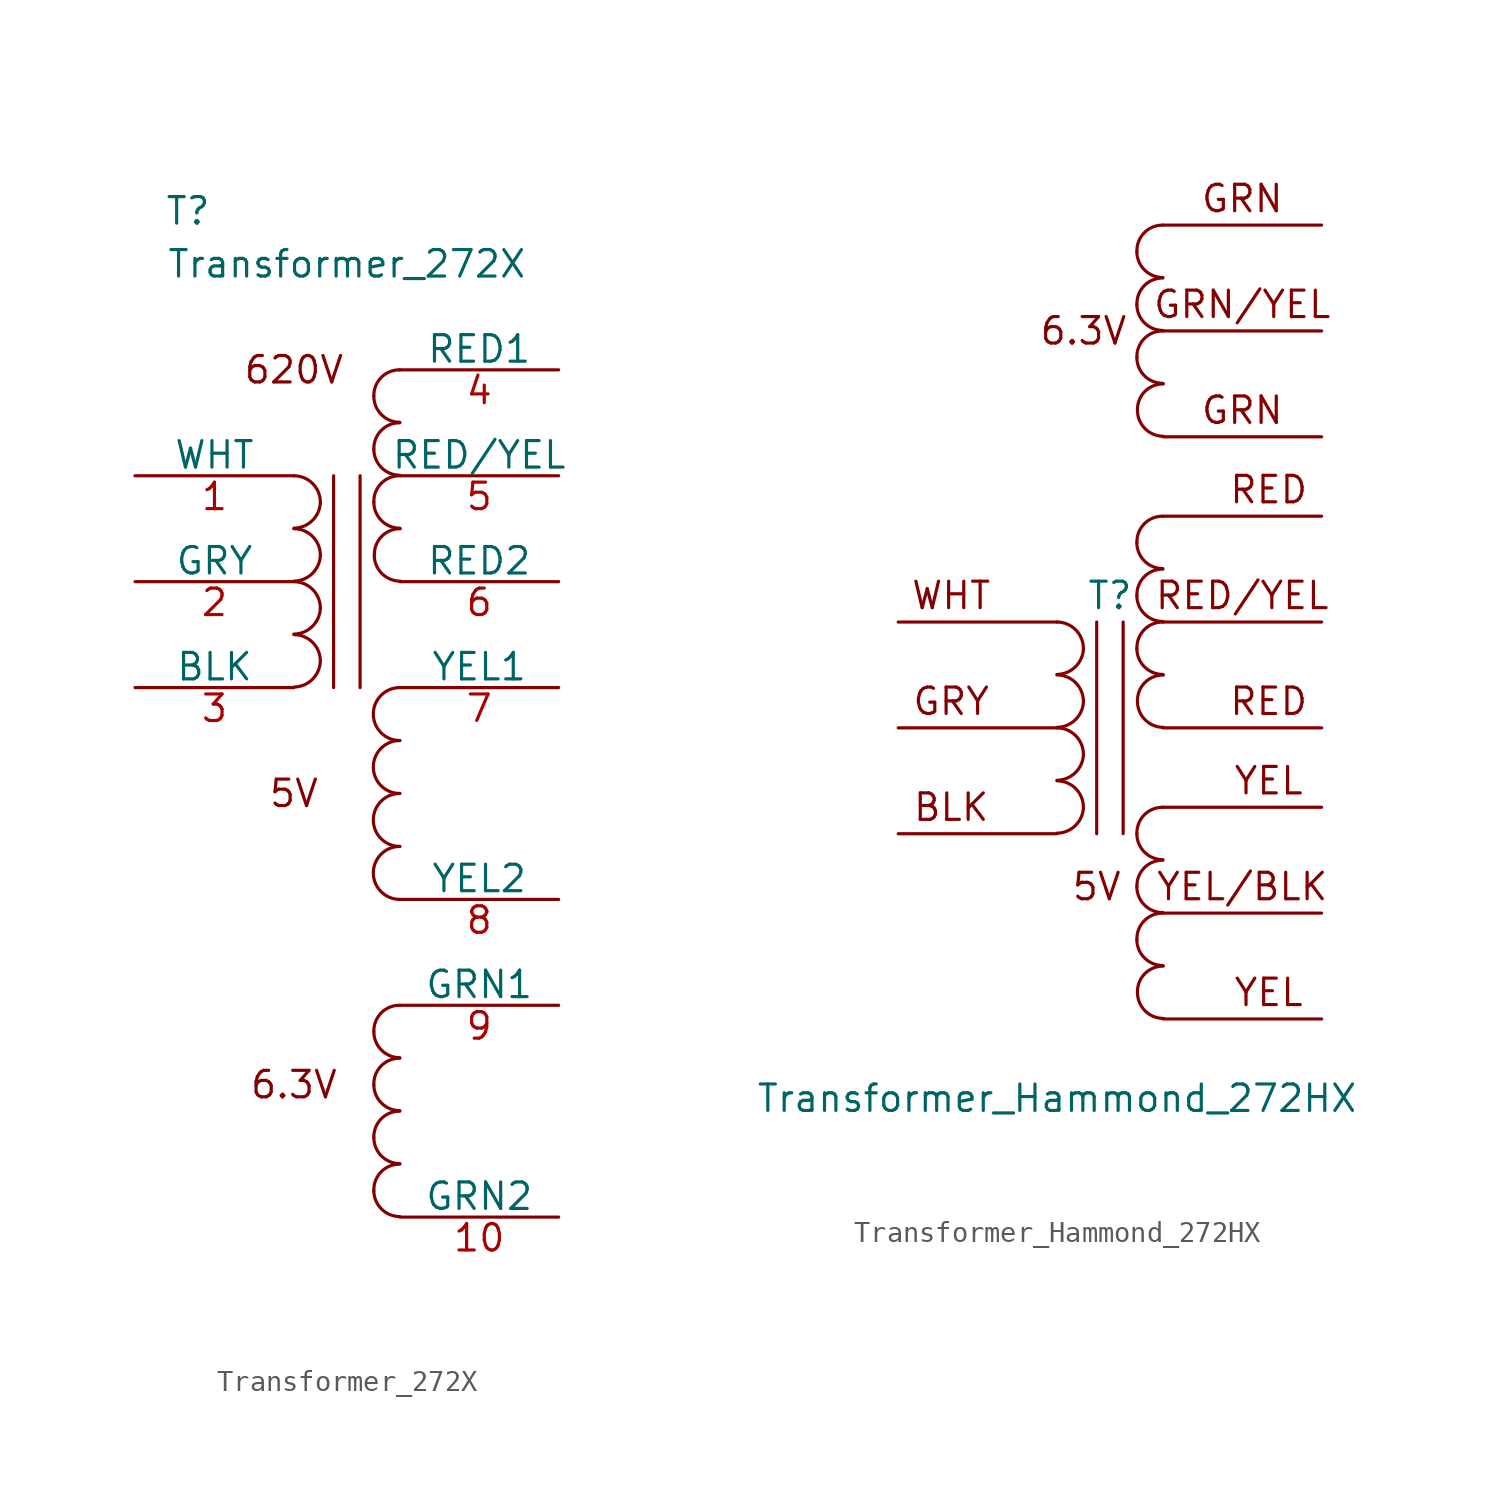
<source format=kicad_sym>
(kicad_symbol_lib
  (version 20220914)
  (generator kicad_symbol_editor)
  (symbol "Transformer_272X"
    (pin_names
      (offset 0))
    (property "Reference" "T"
      (at -7.62 12.7 0)
      (effects (font (size 1.27 1.27))))
    (property "Value" "Transformer_272X"
      (at 0 10.16 0)
      (effects (font (size 1.27 1.27))))
    (symbol "Transformer_272X_0_0"
      (text "5V" (at -2.54 -15.24 0) (effects (font (size 1.27 1.27))))
      (text "6.3V" (at -2.54 -29.21 0) (effects (font (size 1.27 1.27))))
      (text "620V" (at -2.54 5.08 0) (effects (font (size 1.27 1.27)))))
    (symbol "Transformer_272X_0_1"
      (arc (start -2.54 -10.1346) (mid -1.6599 -9.7701) (end -1.27 -8.89) (stroke (width 0) (type solid)) (fill (type none)))
      (arc (start -2.54 -7.5946) (mid -1.6599 -7.2301) (end -1.27 -6.35) (stroke (width 0) (type solid)) (fill (type none)))
      (arc (start -2.54 -5.0546) (mid -1.6599 -4.6901) (end -1.27 -3.81) (stroke (width 0) (type solid)) (fill (type none)))
      (arc (start -2.54 -2.5146) (mid -1.6599 -2.1501) (end -1.27 -1.27) (stroke (width 0) (type solid)) (fill (type none)))
      (arc (start -1.27 -8.89) (mid -1.642 -7.992) (end -2.54 -7.62) (stroke (width 0) (type solid)) (fill (type none)))
      (arc (start -1.27 -6.35) (mid -1.642 -5.452) (end -2.54 -5.08) (stroke (width 0) (type solid)) (fill (type none)))
      (arc (start -1.27 -3.81) (mid -1.642 -2.912) (end -2.54 -2.54) (stroke (width 0) (type solid)) (fill (type none)))
      (arc (start -1.27 -1.27) (mid -1.642 -0.372) (end -2.54 0) (stroke (width 0) (type solid)) (fill (type none)))
      (polyline (pts (xy -0.635 0) (xy -0.635 -10.16)) (stroke (width 0) (type solid)) (fill (type none)))
      (polyline (pts (xy 0.635 -10.16) (xy 0.635 0)) (stroke (width 0) (type solid)) (fill (type none)))
      (arc (start 1.2954 -34.29) (mid 1.6599 -35.1701) (end 2.54 -35.5346) (stroke (width 0) (type solid)) (fill (type none)))
      (arc (start 1.2954 -31.75) (mid 1.6599 -32.6301) (end 2.54 -32.9946) (stroke (width 0) (type solid)) (fill (type none)))
      (arc (start 1.2954 -29.21) (mid 1.6599 -30.0901) (end 2.54 -30.4546) (stroke (width 0) (type solid)) (fill (type none)))
      (arc (start 1.2954 -26.67) (mid 1.6599 -27.5501) (end 2.54 -27.9146) (stroke (width 0) (type solid)) (fill (type none)))
      (arc (start 1.2954 -1.27) (mid 1.6599 -2.1501) (end 2.54 -2.5146) (stroke (width 0) (type solid)) (fill (type none)))
      (arc (start 1.2954 1.27) (mid 1.6599 0.3899) (end 2.54 0.0254) (stroke (width 0) (type solid)) (fill (type none)))
      (arc (start 1.2954 3.81) (mid 1.6599 2.9299) (end 2.54 2.5654) (stroke (width 0) (type solid)) (fill (type none)))
      (arc (start 1.3208 -3.81) (mid 1.6853 -4.6901) (end 2.5654 -5.0546) (stroke (width 0) (type solid)) (fill (type none)))
      (arc (start 2.54 -33.02) (mid 1.642 -33.392) (end 1.2954 -34.29) (stroke (width 0) (type solid)) (fill (type none)))
      (arc (start 2.54 -30.48) (mid 1.642 -30.852) (end 1.2954 -31.75) (stroke (width 0) (type solid)) (fill (type none)))
      (arc (start 2.54 -27.94) (mid 1.642 -28.312) (end 1.2954 -29.21) (stroke (width 0) (type solid)) (fill (type none)))
      (arc (start 2.54 -25.4) (mid 1.642 -25.772) (end 1.2954 -26.67) (stroke (width 0) (type solid)) (fill (type none)))
      (arc (start 2.54 -17.78) (mid 1.2755 -19.05) (end 2.54 -20.32) (stroke (width 0) (type solid)) (fill (type none)))
      (arc (start 2.54 -15.24) (mid 1.2755 -16.51) (end 2.54 -17.78) (stroke (width 0) (type solid)) (fill (type none)))
      (arc (start 2.54 -12.7) (mid 1.2755 -13.97) (end 2.54 -15.24) (stroke (width 0) (type solid)) (fill (type none)))
      (arc (start 2.54 -10.16) (mid 1.2755 -11.43) (end 2.54 -12.7) (stroke (width 0) (type solid)) (fill (type none)))
      (arc (start 2.54 0) (mid 1.642 -0.372) (end 1.2954 -1.27) (stroke (width 0) (type solid)) (fill (type none)))
      (arc (start 2.54 2.54) (mid 1.642 2.168) (end 1.2954 1.27) (stroke (width 0) (type solid)) (fill (type none)))
      (arc (start 2.54 5.08) (mid 1.642 4.708) (end 1.2954 3.81) (stroke (width 0) (type solid)) (fill (type none)))
      (arc (start 2.5654 -2.54) (mid 1.6674 -2.912) (end 1.3208 -3.81) (stroke (width 0) (type solid)) (fill (type none))))
    (symbol "Transformer_272X_1_1"
      (pin passive line (at -10.16 0 0) (length 7.62) (name "WHT" (effects (font (size 1.27 1.27)))) (number "1" (effects (font (size 1.27 1.27)))))
      (pin passive line (at 10.16 -35.56 180) (length 7.62) (name "GRN2" (effects (font (size 1.27 1.27)))) (number "10" (effects (font (size 1.27 1.27)))))
      (pin passive line (at -10.16 -5.08 0) (length 7.62) (name "GRY" (effects (font (size 1.27 1.27)))) (number "2" (effects (font (size 1.27 1.27)))))
      (pin passive line (at -10.16 -10.16 0) (length 7.62) (name "BLK" (effects (font (size 1.27 1.27)))) (number "3" (effects (font (size 1.27 1.27)))))
      (pin passive line (at 10.16 5.08 180) (length 7.62) (name "RED1" (effects (font (size 1.27 1.27)))) (number "4" (effects (font (size 1.27 1.27)))))
      (pin passive line (at 10.16 0 180) (length 7.62) (name "RED/YEL" (effects (font (size 1.27 1.27)))) (number "5" (effects (font (size 1.27 1.27)))))
      (pin passive line (at 10.16 -5.08 180) (length 7.62) (name "RED2" (effects (font (size 1.27 1.27)))) (number "6" (effects (font (size 1.27 1.27)))))
      (pin passive line (at 10.16 -10.16 180) (length 7.62) (name "YEL1" (effects (font (size 1.27 1.27)))) (number "7" (effects (font (size 1.27 1.27)))))
      (pin passive line (at 10.16 -20.32 180) (length 7.62) (name "YEL2" (effects (font (size 1.27 1.27)))) (number "8" (effects (font (size 1.27 1.27)))))
      (pin passive line (at 10.16 -25.4 180) (length 7.62) (name "GRN1" (effects (font (size 1.27 1.27)))) (number "9" (effects (font (size 1.27 1.27)))))))
  (symbol "Transformer_Hammond_272HX"
    (pin_numbers hide)
    (pin_names
      (offset 0) hide)
    (property "Reference" "T"
      (at 0 1.27 0)
      (effects (font (size 1.27 1.27))))
    (property "Value" "Transformer_Hammond_272HX"
      (at -2.54 -22.86 0)
      (effects (font (size 1.27 1.27))))
    (symbol "Transformer_Hammond_272HX_0_0"
      (text "5V" (at -0.635 -12.7 0) (effects (font (size 1.27 1.27))))
      (text "6.3V" (at -1.27 13.97 0) (effects (font (size 1.27 1.27))))
      (text "BLK" (at -7.62 -8.89 0) (effects (font (size 1.27 1.27))))
      (text "GRN" (at 6.35 10.16 0) (effects (font (size 1.27 1.27))))
      (text "GRN" (at 6.35 20.32 0) (effects (font (size 1.27 1.27))))
      (text "GRN/YEL" (at 6.35 15.24 0) (effects (font (size 1.27 1.27))))
      (text "GRY" (at -7.62 -3.81 0) (effects (font (size 1.27 1.27))))
      (text "RED" (at 7.62 -3.81 0) (effects (font (size 1.27 1.27))))
      (text "RED" (at 7.62 6.35 0) (effects (font (size 1.27 1.27))))
      (text "RED/YEL" (at 6.35 1.27 0) (effects (font (size 1.27 1.27))))
      (text "WHT" (at -7.62 1.27 0) (effects (font (size 1.27 1.27))))
      (text "YEL" (at 7.62 -17.78 0) (effects (font (size 1.27 1.27))))
      (text "YEL" (at 7.62 -7.62 0) (effects (font (size 1.27 1.27))))
      (text "YEL/BLK" (at 6.35 -12.7 0) (effects (font (size 1.27 1.27)))))
    (symbol "Transformer_Hammond_272HX_0_1"
      (arc (start -2.54 -10.1346) (mid -1.6599 -9.7701) (end -1.27 -8.89) (stroke (width 0) (type solid)) (fill (type none)))
      (arc (start -2.54 -7.5946) (mid -1.6599 -7.2301) (end -1.27 -6.35) (stroke (width 0) (type solid)) (fill (type none)))
      (arc (start -2.54 -5.0546) (mid -1.6599 -4.6901) (end -1.27 -3.81) (stroke (width 0) (type solid)) (fill (type none)))
      (arc (start -2.54 -2.5146) (mid -1.6599 -2.1501) (end -1.27 -1.27) (stroke (width 0) (type solid)) (fill (type none)))
      (arc (start -1.27 -8.89) (mid -1.642 -7.992) (end -2.54 -7.62) (stroke (width 0) (type solid)) (fill (type none)))
      (arc (start -1.27 -6.35) (mid -1.642 -5.452) (end -2.54 -5.08) (stroke (width 0) (type solid)) (fill (type none)))
      (arc (start -1.27 -3.81) (mid -1.642 -2.912) (end -2.54 -2.54) (stroke (width 0) (type solid)) (fill (type none)))
      (arc (start -1.27 -1.27) (mid -1.642 -0.372) (end -2.54 0) (stroke (width 0) (type solid)) (fill (type none)))
      (polyline (pts (xy -0.635 0) (xy -0.635 -10.16)) (stroke (width 0) (type solid)) (fill (type none)))
      (polyline (pts (xy 0.635 -10.16) (xy 0.635 0)) (stroke (width 0) (type solid)) (fill (type none)))
      (arc (start 1.2954 -15.24) (mid 1.6599 -16.1201) (end 2.54 -16.4846) (stroke (width 0) (type solid)) (fill (type none)))
      (arc (start 1.2954 -12.7) (mid 1.6599 -13.5801) (end 2.54 -13.9446) (stroke (width 0) (type solid)) (fill (type none)))
      (arc (start 1.2954 -10.16) (mid 1.6599 -11.0401) (end 2.54 -11.4046) (stroke (width 0) (type solid)) (fill (type none)))
      (arc (start 1.2954 -1.27) (mid 1.6599 -2.1501) (end 2.54 -2.5146) (stroke (width 0) (type solid)) (fill (type none)))
      (arc (start 1.2954 1.27) (mid 1.6599 0.3899) (end 2.54 0.0254) (stroke (width 0) (type solid)) (fill (type none)))
      (arc (start 1.2954 3.81) (mid 1.6599 2.9299) (end 2.54 2.5654) (stroke (width 0) (type solid)) (fill (type none)))
      (arc (start 1.2954 12.7) (mid 1.6599 11.8199) (end 2.54 11.4554) (stroke (width 0) (type solid)) (fill (type none)))
      (arc (start 1.2954 15.24) (mid 1.6599 14.3599) (end 2.54 13.9954) (stroke (width 0) (type solid)) (fill (type none)))
      (arc (start 1.2954 17.78) (mid 1.6599 16.8999) (end 2.54 16.5354) (stroke (width 0) (type solid)) (fill (type none)))
      (arc (start 1.3208 -17.78) (mid 1.6853 -18.6601) (end 2.5654 -19.0246) (stroke (width 0) (type solid)) (fill (type none)))
      (arc (start 1.3208 -3.81) (mid 1.6853 -4.6901) (end 2.5654 -5.0546) (stroke (width 0) (type solid)) (fill (type none)))
      (arc (start 1.3208 10.16) (mid 1.6853 9.2799) (end 2.5654 8.9154) (stroke (width 0) (type solid)) (fill (type none)))
      (arc (start 2.54 -13.97) (mid 1.642 -14.342) (end 1.2954 -15.24) (stroke (width 0) (type solid)) (fill (type none)))
      (arc (start 2.54 -11.43) (mid 1.642 -11.802) (end 1.2954 -12.7) (stroke (width 0) (type solid)) (fill (type none)))
      (arc (start 2.54 -8.89) (mid 1.642 -9.262) (end 1.2954 -10.16) (stroke (width 0) (type solid)) (fill (type none)))
      (arc (start 2.54 0) (mid 1.642 -0.372) (end 1.2954 -1.27) (stroke (width 0) (type solid)) (fill (type none)))
      (arc (start 2.54 2.54) (mid 1.642 2.168) (end 1.2954 1.27) (stroke (width 0) (type solid)) (fill (type none)))
      (arc (start 2.54 5.08) (mid 1.642 4.708) (end 1.2954 3.81) (stroke (width 0) (type solid)) (fill (type none)))
      (arc (start 2.54 13.97) (mid 1.642 13.598) (end 1.2954 12.7) (stroke (width 0) (type solid)) (fill (type none)))
      (arc (start 2.54 16.51) (mid 1.642 16.138) (end 1.2954 15.24) (stroke (width 0) (type solid)) (fill (type none)))
      (arc (start 2.54 19.05) (mid 1.642 18.678) (end 1.2954 17.78) (stroke (width 0) (type solid)) (fill (type none)))
      (arc (start 2.5654 -16.51) (mid 1.6674 -16.882) (end 1.3208 -17.78) (stroke (width 0) (type solid)) (fill (type none)))
      (arc (start 2.5654 -2.54) (mid 1.6674 -2.912) (end 1.3208 -3.81) (stroke (width 0) (type solid)) (fill (type none)))
      (arc (start 2.5654 11.43) (mid 1.6674 11.058) (end 1.3208 10.16) (stroke (width 0) (type solid)) (fill (type none))))
    (symbol "Transformer_Hammond_272HX_1_1"
      (pin passive line (at -10.16 0 0) (length 7.62) (name "AA" (effects (font (size 1.27 1.27)))) (number "1" (effects (font (size 1.27 1.27)))))
      (pin passive line (at 10.16 8.89 180) (length 7.62) (name "FA" (effects (font (size 1.27 1.27)))) (number "10" (effects (font (size 1.27 1.27)))))
      (pin passive line (at 10.16 13.97 180) (length 7.62) (name "FC" (effects (font (size 1.27 1.27)))) (number "11" (effects (font (size 1.27 1.27)))))
      (pin passive line (at 10.16 19.05 180) (length 7.62) (name "FB" (effects (font (size 1.27 1.27)))) (number "12" (effects (font (size 1.27 1.27)))))
      (pin passive line (at -10.16 -5.08 0) (length 7.62) (name "AC" (effects (font (size 1.27 1.27)))) (number "2" (effects (font (size 1.27 1.27)))))
      (pin passive line (at -10.16 -10.16 0) (length 7.62) (name "AB" (effects (font (size 1.27 1.27)))) (number "3" (effects (font (size 1.27 1.27)))))
      (pin passive line (at 10.16 -19.05 180) (length 7.62) (name "SA" (effects (font (size 1.27 1.27)))) (number "4" (effects (font (size 1.27 1.27)))))
      (pin passive line (at 10.16 -13.97 180) (length 7.62) (name "SC" (effects (font (size 1.27 1.27)))) (number "5" (effects (font (size 1.27 1.27)))))
      (pin passive line (at 10.16 -8.89 180) (length 7.62) (name "SB" (effects (font (size 1.27 1.27)))) (number "6" (effects (font (size 1.27 1.27)))))
      (pin passive line (at 10.16 -5.08 180) (length 7.62) (name "SA" (effects (font (size 1.27 1.27)))) (number "7" (effects (font (size 1.27 1.27)))))
      (pin passive line (at 10.16 0 180) (length 7.62) (name "SC" (effects (font (size 1.27 1.27)))) (number "8" (effects (font (size 1.27 1.27)))))
      (pin passive line (at 10.16 5.08 180) (length 7.62) (name "SB" (effects (font (size 1.27 1.27)))) (number "9" (effects (font (size 1.27 1.27))))))))
</source>
